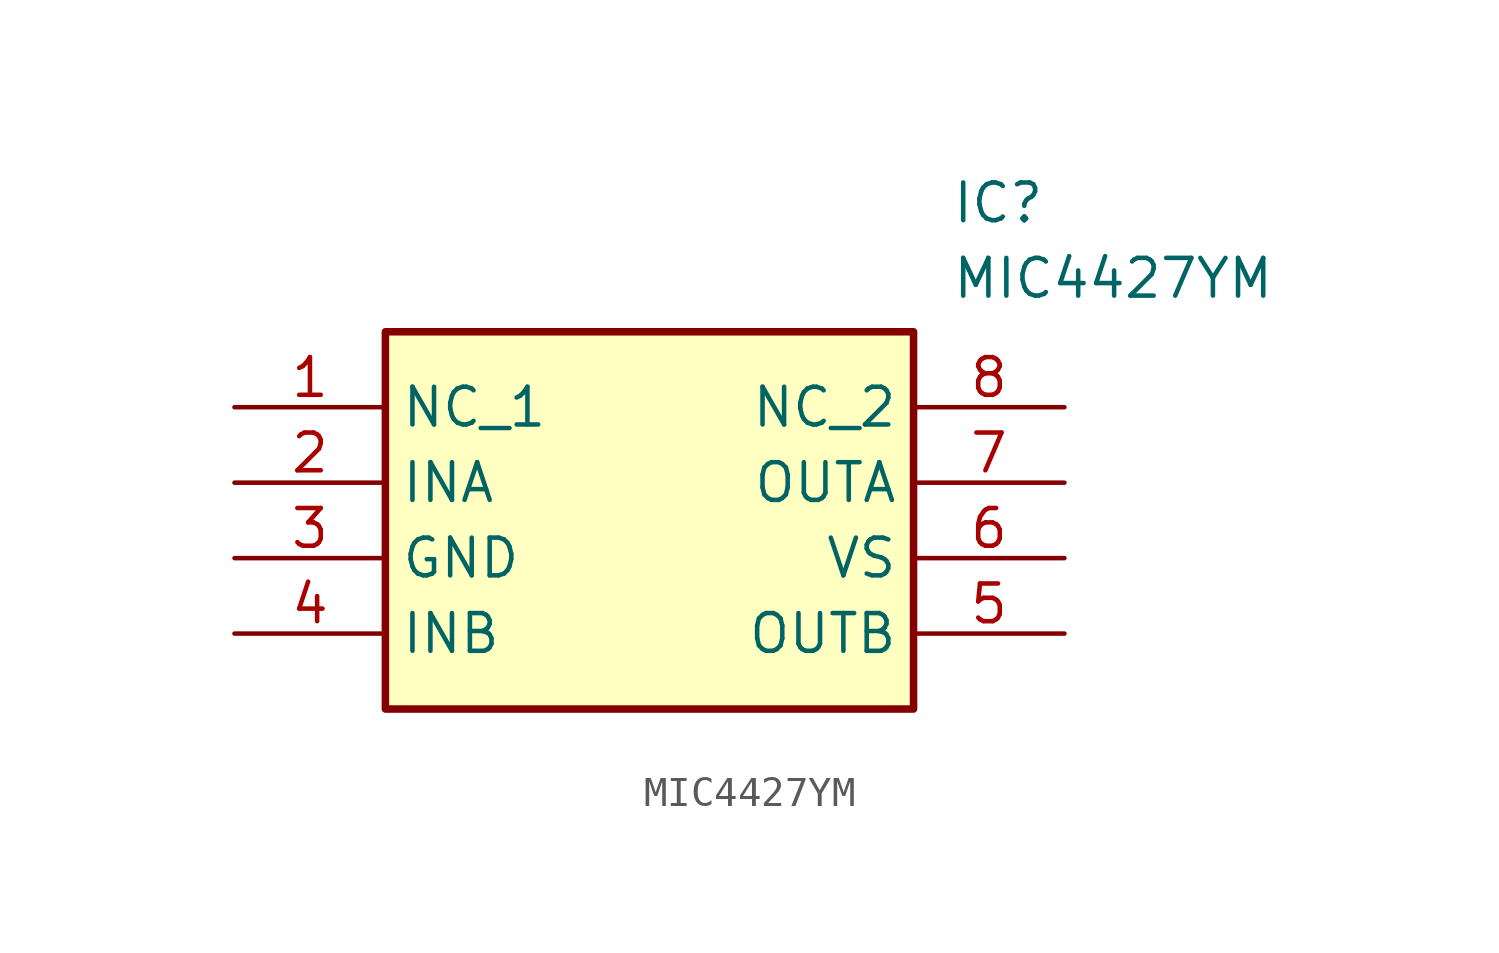
<source format=kicad_sym>
(kicad_symbol_lib
  (version 20241209)
  (generator "kicad_symbol_editor")
  (generator_version "9.0")
  (symbol "MIC4427YM"
    (property "Reference" "IC"
      (at 24.13 7.62 0)
      (effects (font (size 1.27 1.27)) (justify left top)))
    (property "Value" "MIC4427YM"
      (at 24.13 5.08 0)
      (effects (font (size 1.27 1.27)) (justify left top)))
    (symbol "MIC4427YM_1_1"
      (rectangle (start 5.08 2.54) (end 22.86 -10.16) (stroke (width 0.254) (type default)) (fill (type background)))
      (pin passive line (at 0 0 0) (length 5.08) (name "NC_1" (effects (font (size 1.27 1.27)))) (number "1" (effects (font (size 1.27 1.27)))))
      (pin passive line (at 0 -2.54 0) (length 5.08) (name "INA" (effects (font (size 1.27 1.27)))) (number "2" (effects (font (size 1.27 1.27)))))
      (pin passive line (at 0 -5.08 0) (length 5.08) (name "GND" (effects (font (size 1.27 1.27)))) (number "3" (effects (font (size 1.27 1.27)))))
      (pin passive line (at 0 -7.62 0) (length 5.08) (name "INB" (effects (font (size 1.27 1.27)))) (number "4" (effects (font (size 1.27 1.27)))))
      (pin passive line (at 27.94 0 180) (length 5.08) (name "NC_2" (effects (font (size 1.27 1.27)))) (number "8" (effects (font (size 1.27 1.27)))))
      (pin passive line (at 27.94 -2.54 180) (length 5.08) (name "OUTA" (effects (font (size 1.27 1.27)))) (number "7" (effects (font (size 1.27 1.27)))))
      (pin passive line (at 27.94 -5.08 180) (length 5.08) (name "VS" (effects (font (size 1.27 1.27)))) (number "6" (effects (font (size 1.27 1.27)))))
      (pin passive line (at 27.94 -7.62 180) (length 5.08) (name "OUTB" (effects (font (size 1.27 1.27)))) (number "5" (effects (font (size 1.27 1.27))))))))
</source>
